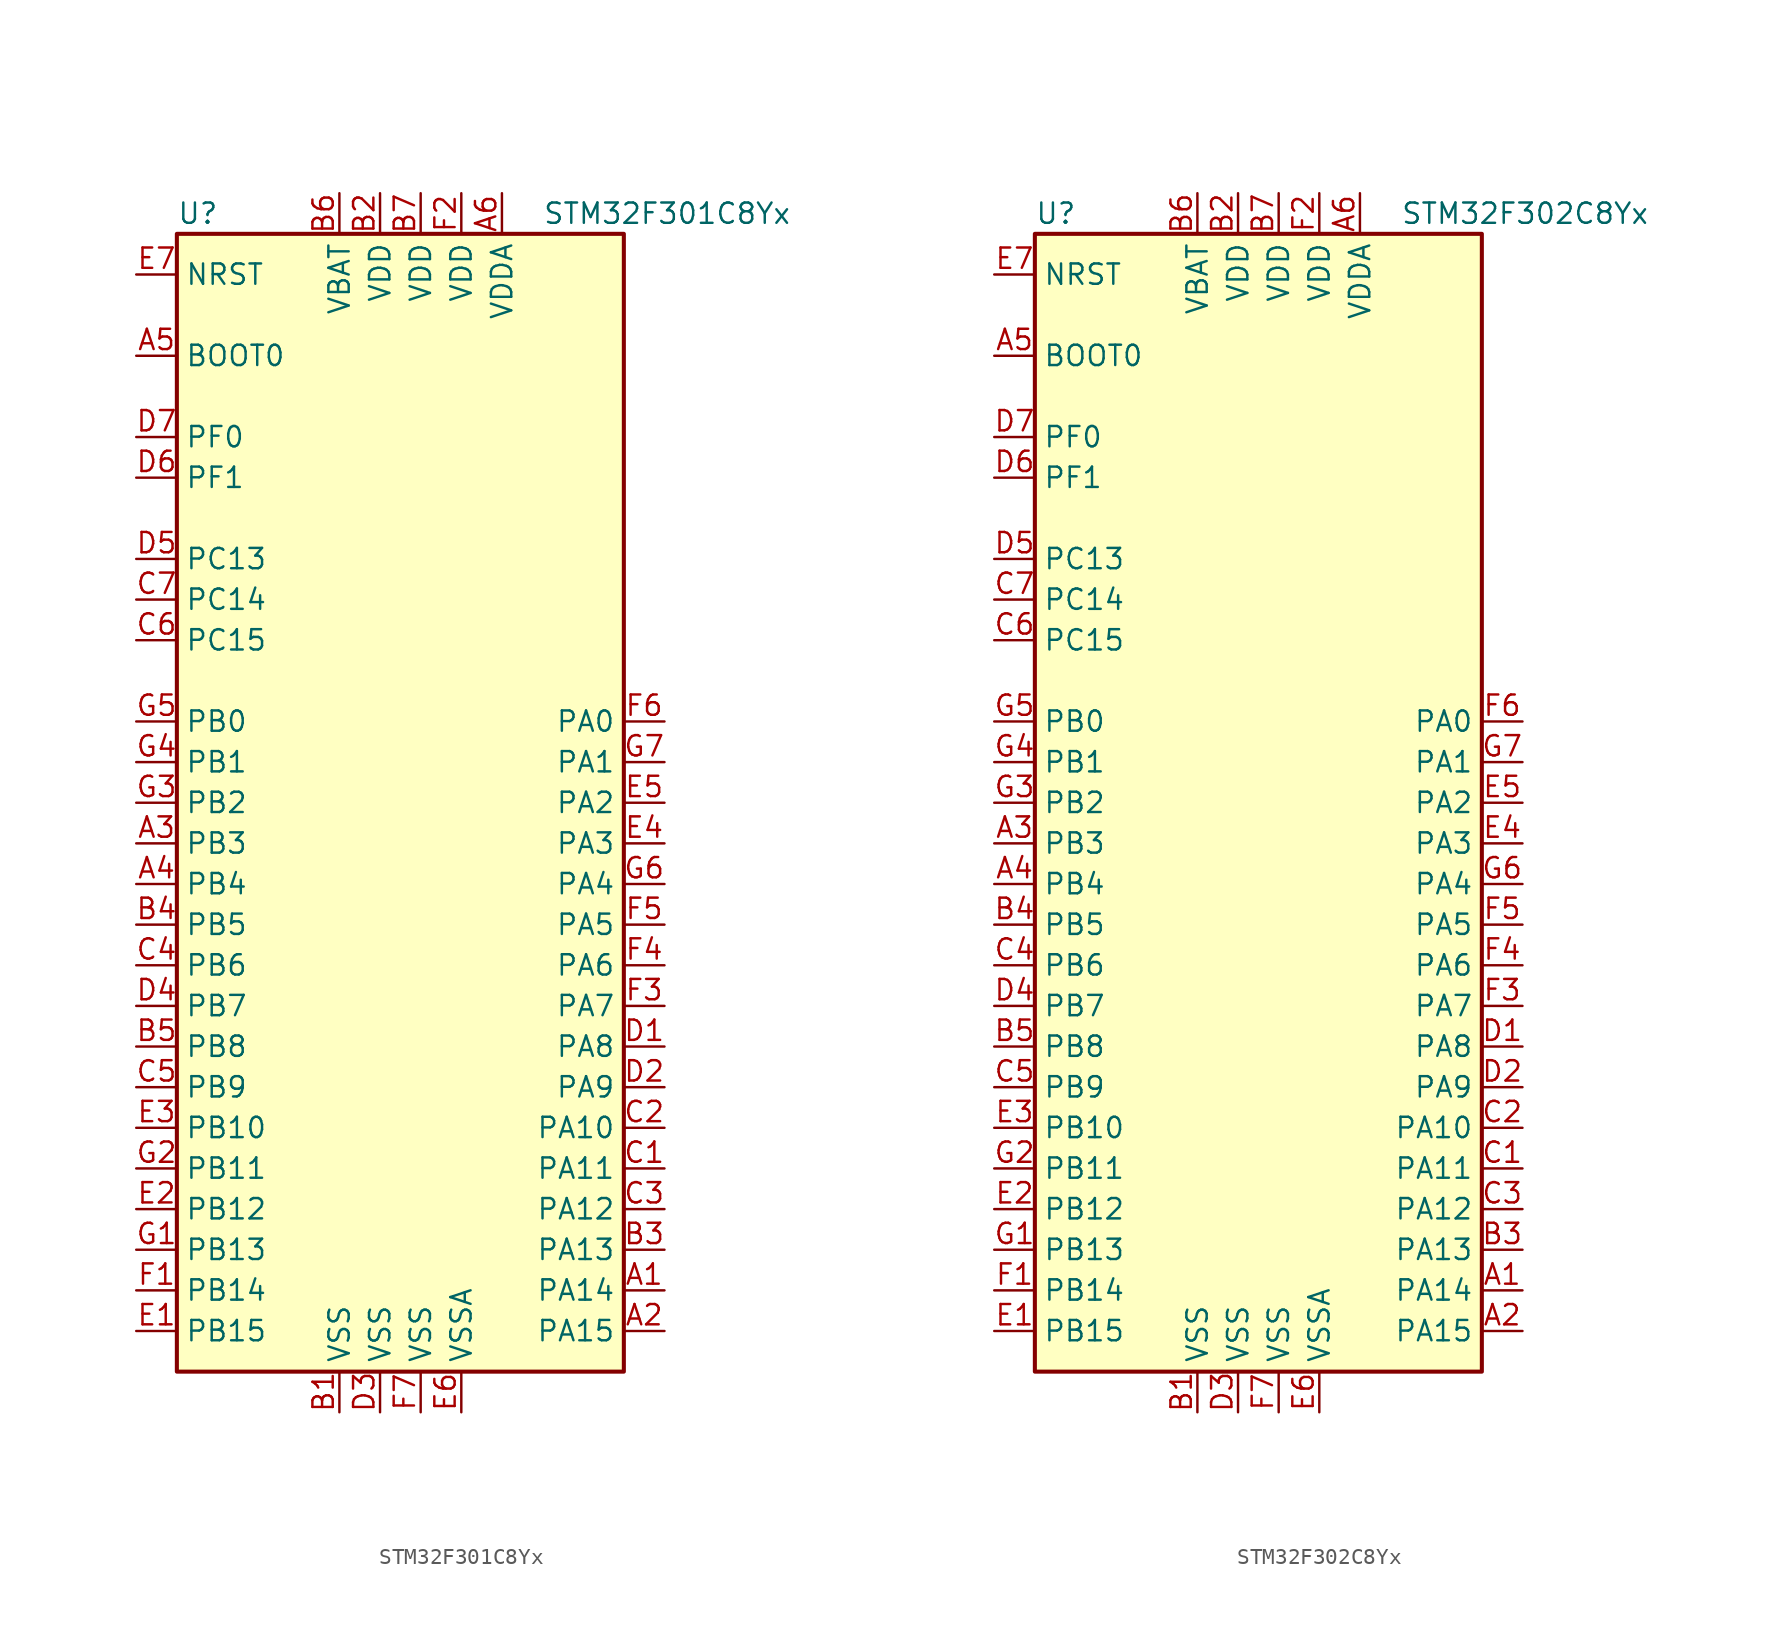
<source format=kicad_sym>
(kicad_symbol_lib
  (version 20211014)
  (generator kicad_symbol_editor)
  (symbol "STM32F301C8Yx"
    (property "Reference" "U"
      (at -15.24 36.83 0)
      (effects (font (size 1.27 1.27)) (justify left)))
    (property "Value" "STM32F301C8Yx"
      (at 7.62 36.83 0)
      (effects (font (size 1.27 1.27)) (justify left)))
    (symbol "STM32F301C8Yx_0_1"
      (rectangle (start -15.24 -35.56) (end 12.7 35.56) (stroke (width 0.254) (type default) (color 0 0 0 0)) (fill (type background))))
    (symbol "STM32F301C8Yx_1_1"
      (pin bidirectional line (at 15.24 -30.48 180) (length 2.54) (name "PA14" (effects (font (size 1.27 1.27)))) (number "A1" (effects (font (size 1.27 1.27)))))
      (pin bidirectional line (at 15.24 -33.02 180) (length 2.54) (name "PA15" (effects (font (size 1.27 1.27)))) (number "A2" (effects (font (size 1.27 1.27)))))
      (pin bidirectional line (at -17.78 -2.54 0) (length 2.54) (name "PB3" (effects (font (size 1.27 1.27)))) (number "A3" (effects (font (size 1.27 1.27)))))
      (pin bidirectional line (at -17.78 -5.08 0) (length 2.54) (name "PB4" (effects (font (size 1.27 1.27)))) (number "A4" (effects (font (size 1.27 1.27)))))
      (pin input line (at -17.78 27.94 0) (length 2.54) (name "BOOT0" (effects (font (size 1.27 1.27)))) (number "A5" (effects (font (size 1.27 1.27)))))
      (pin power_in line (at 5.08 38.1 270) (length 2.54) (name "VDDA" (effects (font (size 1.27 1.27)))) (number "A6" (effects (font (size 1.27 1.27)))))
      (pin no_connect line (at -15.24 -33.02 0) (length 2.54) hide (name "NC" (effects (font (size 1.27 1.27)))) (number "A7" (effects (font (size 1.27 1.27)))))
      (pin power_in line (at -5.08 -38.1 90) (length 2.54) (name "VSS" (effects (font (size 1.27 1.27)))) (number "B1" (effects (font (size 1.27 1.27)))))
      (pin power_in line (at -2.54 38.1 270) (length 2.54) (name "VDD" (effects (font (size 1.27 1.27)))) (number "B2" (effects (font (size 1.27 1.27)))))
      (pin bidirectional line (at 15.24 -27.94 180) (length 2.54) (name "PA13" (effects (font (size 1.27 1.27)))) (number "B3" (effects (font (size 1.27 1.27)))))
      (pin bidirectional line (at -17.78 -7.62 0) (length 2.54) (name "PB5" (effects (font (size 1.27 1.27)))) (number "B4" (effects (font (size 1.27 1.27)))))
      (pin bidirectional line (at -17.78 -15.24 0) (length 2.54) (name "PB8" (effects (font (size 1.27 1.27)))) (number "B5" (effects (font (size 1.27 1.27)))))
      (pin power_in line (at -5.08 38.1 270) (length 2.54) (name "VBAT" (effects (font (size 1.27 1.27)))) (number "B6" (effects (font (size 1.27 1.27)))))
      (pin power_in line (at 0 38.1 270) (length 2.54) (name "VDD" (effects (font (size 1.27 1.27)))) (number "B7" (effects (font (size 1.27 1.27)))))
      (pin bidirectional line (at 15.24 -22.86 180) (length 2.54) (name "PA11" (effects (font (size 1.27 1.27)))) (number "C1" (effects (font (size 1.27 1.27)))))
      (pin bidirectional line (at 15.24 -20.32 180) (length 2.54) (name "PA10" (effects (font (size 1.27 1.27)))) (number "C2" (effects (font (size 1.27 1.27)))))
      (pin bidirectional line (at 15.24 -25.4 180) (length 2.54) (name "PA12" (effects (font (size 1.27 1.27)))) (number "C3" (effects (font (size 1.27 1.27)))))
      (pin bidirectional line (at -17.78 -10.16 0) (length 2.54) (name "PB6" (effects (font (size 1.27 1.27)))) (number "C4" (effects (font (size 1.27 1.27)))))
      (pin bidirectional line (at -17.78 -17.78 0) (length 2.54) (name "PB9" (effects (font (size 1.27 1.27)))) (number "C5" (effects (font (size 1.27 1.27)))))
      (pin bidirectional line (at -17.78 10.16 0) (length 2.54) (name "PC15" (effects (font (size 1.27 1.27)))) (number "C6" (effects (font (size 1.27 1.27)))))
      (pin bidirectional line (at -17.78 12.7 0) (length 2.54) (name "PC14" (effects (font (size 1.27 1.27)))) (number "C7" (effects (font (size 1.27 1.27)))))
      (pin bidirectional line (at 15.24 -15.24 180) (length 2.54) (name "PA8" (effects (font (size 1.27 1.27)))) (number "D1" (effects (font (size 1.27 1.27)))))
      (pin bidirectional line (at 15.24 -17.78 180) (length 2.54) (name "PA9" (effects (font (size 1.27 1.27)))) (number "D2" (effects (font (size 1.27 1.27)))))
      (pin power_in line (at -2.54 -38.1 90) (length 2.54) (name "VSS" (effects (font (size 1.27 1.27)))) (number "D3" (effects (font (size 1.27 1.27)))))
      (pin bidirectional line (at -17.78 -12.7 0) (length 2.54) (name "PB7" (effects (font (size 1.27 1.27)))) (number "D4" (effects (font (size 1.27 1.27)))))
      (pin bidirectional line (at -17.78 15.24 0) (length 2.54) (name "PC13" (effects (font (size 1.27 1.27)))) (number "D5" (effects (font (size 1.27 1.27)))))
      (pin input line (at -17.78 20.32 0) (length 2.54) (name "PF1" (effects (font (size 1.27 1.27)))) (number "D6" (effects (font (size 1.27 1.27)))))
      (pin input line (at -17.78 22.86 0) (length 2.54) (name "PF0" (effects (font (size 1.27 1.27)))) (number "D7" (effects (font (size 1.27 1.27)))))
      (pin bidirectional line (at -17.78 -33.02 0) (length 2.54) (name "PB15" (effects (font (size 1.27 1.27)))) (number "E1" (effects (font (size 1.27 1.27)))))
      (pin bidirectional line (at -17.78 -25.4 0) (length 2.54) (name "PB12" (effects (font (size 1.27 1.27)))) (number "E2" (effects (font (size 1.27 1.27)))))
      (pin bidirectional line (at -17.78 -20.32 0) (length 2.54) (name "PB10" (effects (font (size 1.27 1.27)))) (number "E3" (effects (font (size 1.27 1.27)))))
      (pin bidirectional line (at 15.24 -2.54 180) (length 2.54) (name "PA3" (effects (font (size 1.27 1.27)))) (number "E4" (effects (font (size 1.27 1.27)))))
      (pin bidirectional line (at 15.24 0 180) (length 2.54) (name "PA2" (effects (font (size 1.27 1.27)))) (number "E5" (effects (font (size 1.27 1.27)))))
      (pin power_in line (at 2.54 -38.1 90) (length 2.54) (name "VSSA" (effects (font (size 1.27 1.27)))) (number "E6" (effects (font (size 1.27 1.27)))))
      (pin input line (at -17.78 33.02 0) (length 2.54) (name "NRST" (effects (font (size 1.27 1.27)))) (number "E7" (effects (font (size 1.27 1.27)))))
      (pin bidirectional line (at -17.78 -30.48 0) (length 2.54) (name "PB14" (effects (font (size 1.27 1.27)))) (number "F1" (effects (font (size 1.27 1.27)))))
      (pin power_in line (at 2.54 38.1 270) (length 2.54) (name "VDD" (effects (font (size 1.27 1.27)))) (number "F2" (effects (font (size 1.27 1.27)))))
      (pin bidirectional line (at 15.24 -12.7 180) (length 2.54) (name "PA7" (effects (font (size 1.27 1.27)))) (number "F3" (effects (font (size 1.27 1.27)))))
      (pin bidirectional line (at 15.24 -10.16 180) (length 2.54) (name "PA6" (effects (font (size 1.27 1.27)))) (number "F4" (effects (font (size 1.27 1.27)))))
      (pin bidirectional line (at 15.24 -7.62 180) (length 2.54) (name "PA5" (effects (font (size 1.27 1.27)))) (number "F5" (effects (font (size 1.27 1.27)))))
      (pin bidirectional line (at 15.24 5.08 180) (length 2.54) (name "PA0" (effects (font (size 1.27 1.27)))) (number "F6" (effects (font (size 1.27 1.27)))))
      (pin power_in line (at 0 -38.1 90) (length 2.54) (name "VSS" (effects (font (size 1.27 1.27)))) (number "F7" (effects (font (size 1.27 1.27)))))
      (pin bidirectional line (at -17.78 -27.94 0) (length 2.54) (name "PB13" (effects (font (size 1.27 1.27)))) (number "G1" (effects (font (size 1.27 1.27)))))
      (pin bidirectional line (at -17.78 -22.86 0) (length 2.54) (name "PB11" (effects (font (size 1.27 1.27)))) (number "G2" (effects (font (size 1.27 1.27)))))
      (pin bidirectional line (at -17.78 0 0) (length 2.54) (name "PB2" (effects (font (size 1.27 1.27)))) (number "G3" (effects (font (size 1.27 1.27)))))
      (pin bidirectional line (at -17.78 2.54 0) (length 2.54) (name "PB1" (effects (font (size 1.27 1.27)))) (number "G4" (effects (font (size 1.27 1.27)))))
      (pin bidirectional line (at -17.78 5.08 0) (length 2.54) (name "PB0" (effects (font (size 1.27 1.27)))) (number "G5" (effects (font (size 1.27 1.27)))))
      (pin bidirectional line (at 15.24 -5.08 180) (length 2.54) (name "PA4" (effects (font (size 1.27 1.27)))) (number "G6" (effects (font (size 1.27 1.27)))))
      (pin bidirectional line (at 15.24 2.54 180) (length 2.54) (name "PA1" (effects (font (size 1.27 1.27)))) (number "G7" (effects (font (size 1.27 1.27)))))))
  (symbol "STM32F302C8Yx"
    (property "Reference" "U"
      (at -15.24 36.83 0)
      (effects (font (size 1.27 1.27)) (justify left)))
    (property "Value" "STM32F302C8Yx"
      (at 7.62 36.83 0)
      (effects (font (size 1.27 1.27)) (justify left)))
    (symbol "STM32F302C8Yx_0_1"
      (rectangle (start -15.24 -35.56) (end 12.7 35.56) (stroke (width 0.254) (type default) (color 0 0 0 0)) (fill (type background))))
    (symbol "STM32F302C8Yx_1_1"
      (pin bidirectional line (at 15.24 -30.48 180) (length 2.54) (name "PA14" (effects (font (size 1.27 1.27)))) (number "A1" (effects (font (size 1.27 1.27)))))
      (pin bidirectional line (at 15.24 -33.02 180) (length 2.54) (name "PA15" (effects (font (size 1.27 1.27)))) (number "A2" (effects (font (size 1.27 1.27)))))
      (pin bidirectional line (at -17.78 -2.54 0) (length 2.54) (name "PB3" (effects (font (size 1.27 1.27)))) (number "A3" (effects (font (size 1.27 1.27)))))
      (pin bidirectional line (at -17.78 -5.08 0) (length 2.54) (name "PB4" (effects (font (size 1.27 1.27)))) (number "A4" (effects (font (size 1.27 1.27)))))
      (pin input line (at -17.78 27.94 0) (length 2.54) (name "BOOT0" (effects (font (size 1.27 1.27)))) (number "A5" (effects (font (size 1.27 1.27)))))
      (pin power_in line (at 5.08 38.1 270) (length 2.54) (name "VDDA" (effects (font (size 1.27 1.27)))) (number "A6" (effects (font (size 1.27 1.27)))))
      (pin no_connect line (at -15.24 -33.02 0) (length 2.54) hide (name "NC" (effects (font (size 1.27 1.27)))) (number "A7" (effects (font (size 1.27 1.27)))))
      (pin power_in line (at -5.08 -38.1 90) (length 2.54) (name "VSS" (effects (font (size 1.27 1.27)))) (number "B1" (effects (font (size 1.27 1.27)))))
      (pin power_in line (at -2.54 38.1 270) (length 2.54) (name "VDD" (effects (font (size 1.27 1.27)))) (number "B2" (effects (font (size 1.27 1.27)))))
      (pin bidirectional line (at 15.24 -27.94 180) (length 2.54) (name "PA13" (effects (font (size 1.27 1.27)))) (number "B3" (effects (font (size 1.27 1.27)))))
      (pin bidirectional line (at -17.78 -7.62 0) (length 2.54) (name "PB5" (effects (font (size 1.27 1.27)))) (number "B4" (effects (font (size 1.27 1.27)))))
      (pin bidirectional line (at -17.78 -15.24 0) (length 2.54) (name "PB8" (effects (font (size 1.27 1.27)))) (number "B5" (effects (font (size 1.27 1.27)))))
      (pin power_in line (at -5.08 38.1 270) (length 2.54) (name "VBAT" (effects (font (size 1.27 1.27)))) (number "B6" (effects (font (size 1.27 1.27)))))
      (pin power_in line (at 0 38.1 270) (length 2.54) (name "VDD" (effects (font (size 1.27 1.27)))) (number "B7" (effects (font (size 1.27 1.27)))))
      (pin bidirectional line (at 15.24 -22.86 180) (length 2.54) (name "PA11" (effects (font (size 1.27 1.27)))) (number "C1" (effects (font (size 1.27 1.27)))))
      (pin bidirectional line (at 15.24 -20.32 180) (length 2.54) (name "PA10" (effects (font (size 1.27 1.27)))) (number "C2" (effects (font (size 1.27 1.27)))))
      (pin bidirectional line (at 15.24 -25.4 180) (length 2.54) (name "PA12" (effects (font (size 1.27 1.27)))) (number "C3" (effects (font (size 1.27 1.27)))))
      (pin bidirectional line (at -17.78 -10.16 0) (length 2.54) (name "PB6" (effects (font (size 1.27 1.27)))) (number "C4" (effects (font (size 1.27 1.27)))))
      (pin bidirectional line (at -17.78 -17.78 0) (length 2.54) (name "PB9" (effects (font (size 1.27 1.27)))) (number "C5" (effects (font (size 1.27 1.27)))))
      (pin bidirectional line (at -17.78 10.16 0) (length 2.54) (name "PC15" (effects (font (size 1.27 1.27)))) (number "C6" (effects (font (size 1.27 1.27)))))
      (pin bidirectional line (at -17.78 12.7 0) (length 2.54) (name "PC14" (effects (font (size 1.27 1.27)))) (number "C7" (effects (font (size 1.27 1.27)))))
      (pin bidirectional line (at 15.24 -15.24 180) (length 2.54) (name "PA8" (effects (font (size 1.27 1.27)))) (number "D1" (effects (font (size 1.27 1.27)))))
      (pin bidirectional line (at 15.24 -17.78 180) (length 2.54) (name "PA9" (effects (font (size 1.27 1.27)))) (number "D2" (effects (font (size 1.27 1.27)))))
      (pin power_in line (at -2.54 -38.1 90) (length 2.54) (name "VSS" (effects (font (size 1.27 1.27)))) (number "D3" (effects (font (size 1.27 1.27)))))
      (pin bidirectional line (at -17.78 -12.7 0) (length 2.54) (name "PB7" (effects (font (size 1.27 1.27)))) (number "D4" (effects (font (size 1.27 1.27)))))
      (pin bidirectional line (at -17.78 15.24 0) (length 2.54) (name "PC13" (effects (font (size 1.27 1.27)))) (number "D5" (effects (font (size 1.27 1.27)))))
      (pin input line (at -17.78 20.32 0) (length 2.54) (name "PF1" (effects (font (size 1.27 1.27)))) (number "D6" (effects (font (size 1.27 1.27)))))
      (pin input line (at -17.78 22.86 0) (length 2.54) (name "PF0" (effects (font (size 1.27 1.27)))) (number "D7" (effects (font (size 1.27 1.27)))))
      (pin bidirectional line (at -17.78 -33.02 0) (length 2.54) (name "PB15" (effects (font (size 1.27 1.27)))) (number "E1" (effects (font (size 1.27 1.27)))))
      (pin bidirectional line (at -17.78 -25.4 0) (length 2.54) (name "PB12" (effects (font (size 1.27 1.27)))) (number "E2" (effects (font (size 1.27 1.27)))))
      (pin bidirectional line (at -17.78 -20.32 0) (length 2.54) (name "PB10" (effects (font (size 1.27 1.27)))) (number "E3" (effects (font (size 1.27 1.27)))))
      (pin bidirectional line (at 15.24 -2.54 180) (length 2.54) (name "PA3" (effects (font (size 1.27 1.27)))) (number "E4" (effects (font (size 1.27 1.27)))))
      (pin bidirectional line (at 15.24 0 180) (length 2.54) (name "PA2" (effects (font (size 1.27 1.27)))) (number "E5" (effects (font (size 1.27 1.27)))))
      (pin power_in line (at 2.54 -38.1 90) (length 2.54) (name "VSSA" (effects (font (size 1.27 1.27)))) (number "E6" (effects (font (size 1.27 1.27)))))
      (pin input line (at -17.78 33.02 0) (length 2.54) (name "NRST" (effects (font (size 1.27 1.27)))) (number "E7" (effects (font (size 1.27 1.27)))))
      (pin bidirectional line (at -17.78 -30.48 0) (length 2.54) (name "PB14" (effects (font (size 1.27 1.27)))) (number "F1" (effects (font (size 1.27 1.27)))))
      (pin power_in line (at 2.54 38.1 270) (length 2.54) (name "VDD" (effects (font (size 1.27 1.27)))) (number "F2" (effects (font (size 1.27 1.27)))))
      (pin bidirectional line (at 15.24 -12.7 180) (length 2.54) (name "PA7" (effects (font (size 1.27 1.27)))) (number "F3" (effects (font (size 1.27 1.27)))))
      (pin bidirectional line (at 15.24 -10.16 180) (length 2.54) (name "PA6" (effects (font (size 1.27 1.27)))) (number "F4" (effects (font (size 1.27 1.27)))))
      (pin bidirectional line (at 15.24 -7.62 180) (length 2.54) (name "PA5" (effects (font (size 1.27 1.27)))) (number "F5" (effects (font (size 1.27 1.27)))))
      (pin bidirectional line (at 15.24 5.08 180) (length 2.54) (name "PA0" (effects (font (size 1.27 1.27)))) (number "F6" (effects (font (size 1.27 1.27)))))
      (pin power_in line (at 0 -38.1 90) (length 2.54) (name "VSS" (effects (font (size 1.27 1.27)))) (number "F7" (effects (font (size 1.27 1.27)))))
      (pin bidirectional line (at -17.78 -27.94 0) (length 2.54) (name "PB13" (effects (font (size 1.27 1.27)))) (number "G1" (effects (font (size 1.27 1.27)))))
      (pin bidirectional line (at -17.78 -22.86 0) (length 2.54) (name "PB11" (effects (font (size 1.27 1.27)))) (number "G2" (effects (font (size 1.27 1.27)))))
      (pin bidirectional line (at -17.78 0 0) (length 2.54) (name "PB2" (effects (font (size 1.27 1.27)))) (number "G3" (effects (font (size 1.27 1.27)))))
      (pin bidirectional line (at -17.78 2.54 0) (length 2.54) (name "PB1" (effects (font (size 1.27 1.27)))) (number "G4" (effects (font (size 1.27 1.27)))))
      (pin bidirectional line (at -17.78 5.08 0) (length 2.54) (name "PB0" (effects (font (size 1.27 1.27)))) (number "G5" (effects (font (size 1.27 1.27)))))
      (pin bidirectional line (at 15.24 -5.08 180) (length 2.54) (name "PA4" (effects (font (size 1.27 1.27)))) (number "G6" (effects (font (size 1.27 1.27)))))
      (pin bidirectional line (at 15.24 2.54 180) (length 2.54) (name "PA1" (effects (font (size 1.27 1.27)))) (number "G7" (effects (font (size 1.27 1.27))))))))
</source>
